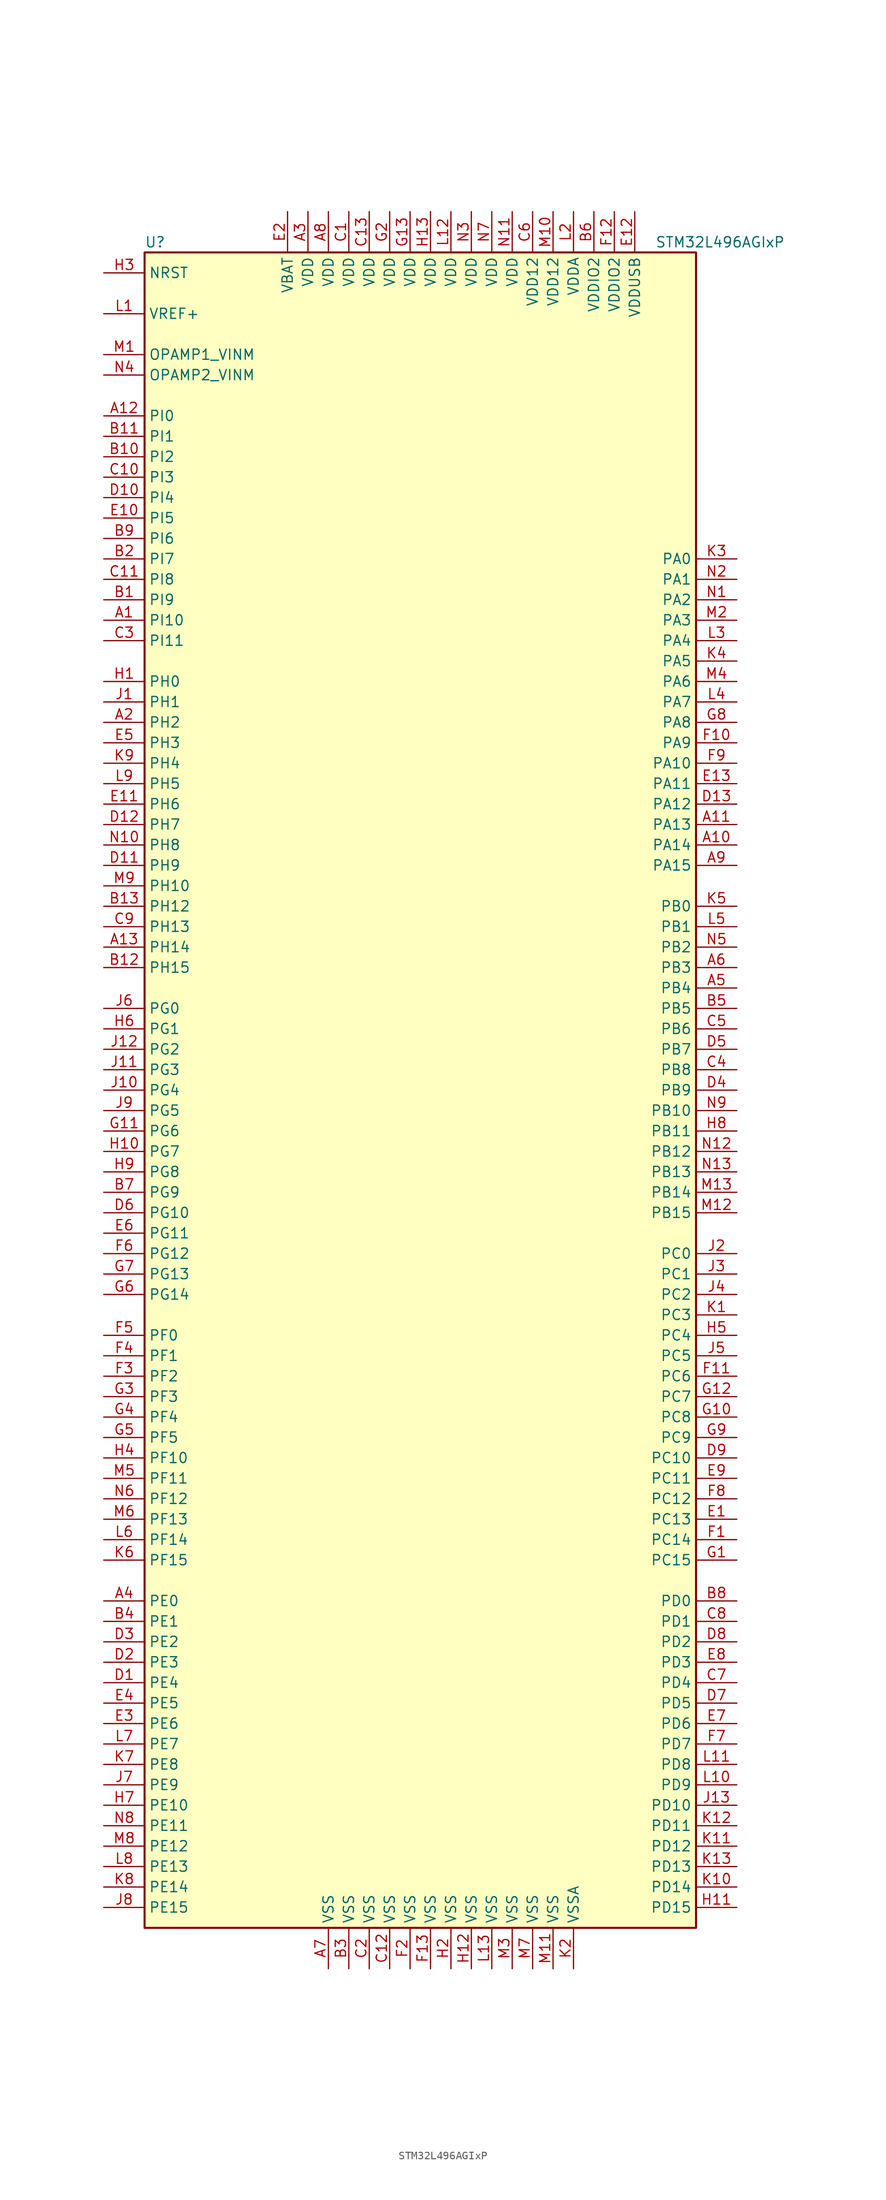
<source format=kicad_sym>
(kicad_symbol_lib
  (version 20201005)
  (generator kicad_symbol_editor)
  (symbol "MCU_ST_STM32L4:STM32L496AGIxP"
    (property "Reference" "U"
      (at -35.56 105.41 0)
      (effects (font (size 1.27 1.27)) (justify left)))
    (property "Value" "STM32L496AGIxP"
      (at 27.94 105.41 0)
      (effects (font (size 1.27 1.27)) (justify left)))
    (symbol "STM32L496AGIxP_0_1"
      (rectangle (start -35.56 -104.14) (end 33.02 104.14) (stroke (width 0.254)) (fill (type background))))
    (symbol "STM32L496AGIxP_1_1"
      (pin bidirectional line (at -40.64 58.42 0) (length 5.08) (name "PI10" (effects (font (size 1.27 1.27)))) (number "A1" (effects (font (size 1.27 1.27)))))
      (pin bidirectional line (at 38.1 30.48 180) (length 5.08) (name "PA14" (effects (font (size 1.27 1.27)))) (number "A10" (effects (font (size 1.27 1.27)))))
      (pin bidirectional line (at 38.1 33.02 180) (length 5.08) (name "PA13" (effects (font (size 1.27 1.27)))) (number "A11" (effects (font (size 1.27 1.27)))))
      (pin bidirectional line (at -40.64 83.82 0) (length 5.08) (name "PI0" (effects (font (size 1.27 1.27)))) (number "A12" (effects (font (size 1.27 1.27)))))
      (pin bidirectional line (at -40.64 17.78 0) (length 5.08) (name "PH14" (effects (font (size 1.27 1.27)))) (number "A13" (effects (font (size 1.27 1.27)))))
      (pin bidirectional line (at -40.64 45.72 0) (length 5.08) (name "PH2" (effects (font (size 1.27 1.27)))) (number "A2" (effects (font (size 1.27 1.27)))))
      (pin power_in line (at -15.24 109.22 270) (length 5.08) (name "VDD" (effects (font (size 1.27 1.27)))) (number "A3" (effects (font (size 1.27 1.27)))))
      (pin bidirectional line (at -40.64 -63.5 0) (length 5.08) (name "PE0" (effects (font (size 1.27 1.27)))) (number "A4" (effects (font (size 1.27 1.27)))))
      (pin bidirectional line (at 38.1 12.7 180) (length 5.08) (name "PB4" (effects (font (size 1.27 1.27)))) (number "A5" (effects (font (size 1.27 1.27)))))
      (pin bidirectional line (at 38.1 15.24 180) (length 5.08) (name "PB3" (effects (font (size 1.27 1.27)))) (number "A6" (effects (font (size 1.27 1.27)))))
      (pin power_in line (at -12.7 -109.22 90) (length 5.08) (name "VSS" (effects (font (size 1.27 1.27)))) (number "A7" (effects (font (size 1.27 1.27)))))
      (pin power_in line (at -12.7 109.22 270) (length 5.08) (name "VDD" (effects (font (size 1.27 1.27)))) (number "A8" (effects (font (size 1.27 1.27)))))
      (pin bidirectional line (at 38.1 27.94 180) (length 5.08) (name "PA15" (effects (font (size 1.27 1.27)))) (number "A9" (effects (font (size 1.27 1.27)))))
      (pin bidirectional line (at -40.64 60.96 0) (length 5.08) (name "PI9" (effects (font (size 1.27 1.27)))) (number "B1" (effects (font (size 1.27 1.27)))))
      (pin bidirectional line (at -40.64 78.74 0) (length 5.08) (name "PI2" (effects (font (size 1.27 1.27)))) (number "B10" (effects (font (size 1.27 1.27)))))
      (pin bidirectional line (at -40.64 81.28 0) (length 5.08) (name "PI1" (effects (font (size 1.27 1.27)))) (number "B11" (effects (font (size 1.27 1.27)))))
      (pin bidirectional line (at -40.64 15.24 0) (length 5.08) (name "PH15" (effects (font (size 1.27 1.27)))) (number "B12" (effects (font (size 1.27 1.27)))))
      (pin bidirectional line (at -40.64 22.86 0) (length 5.08) (name "PH12" (effects (font (size 1.27 1.27)))) (number "B13" (effects (font (size 1.27 1.27)))))
      (pin bidirectional line (at -40.64 66.04 0) (length 5.08) (name "PI7" (effects (font (size 1.27 1.27)))) (number "B2" (effects (font (size 1.27 1.27)))))
      (pin power_in line (at -10.16 -109.22 90) (length 5.08) (name "VSS" (effects (font (size 1.27 1.27)))) (number "B3" (effects (font (size 1.27 1.27)))))
      (pin bidirectional line (at -40.64 -66.04 0) (length 5.08) (name "PE1" (effects (font (size 1.27 1.27)))) (number "B4" (effects (font (size 1.27 1.27)))))
      (pin bidirectional line (at 38.1 10.16 180) (length 5.08) (name "PB5" (effects (font (size 1.27 1.27)))) (number "B5" (effects (font (size 1.27 1.27)))))
      (pin power_in line (at 20.32 109.22 270) (length 5.08) (name "VDDIO2" (effects (font (size 1.27 1.27)))) (number "B6" (effects (font (size 1.27 1.27)))))
      (pin bidirectional line (at -40.64 -12.7 0) (length 5.08) (name "PG9" (effects (font (size 1.27 1.27)))) (number "B7" (effects (font (size 1.27 1.27)))))
      (pin bidirectional line (at 38.1 -63.5 180) (length 5.08) (name "PD0" (effects (font (size 1.27 1.27)))) (number "B8" (effects (font (size 1.27 1.27)))))
      (pin bidirectional line (at -40.64 68.58 0) (length 5.08) (name "PI6" (effects (font (size 1.27 1.27)))) (number "B9" (effects (font (size 1.27 1.27)))))
      (pin power_in line (at -10.16 109.22 270) (length 5.08) (name "VDD" (effects (font (size 1.27 1.27)))) (number "C1" (effects (font (size 1.27 1.27)))))
      (pin bidirectional line (at -40.64 76.2 0) (length 5.08) (name "PI3" (effects (font (size 1.27 1.27)))) (number "C10" (effects (font (size 1.27 1.27)))))
      (pin bidirectional line (at -40.64 63.5 0) (length 5.08) (name "PI8" (effects (font (size 1.27 1.27)))) (number "C11" (effects (font (size 1.27 1.27)))))
      (pin power_in line (at -5.08 -109.22 90) (length 5.08) (name "VSS" (effects (font (size 1.27 1.27)))) (number "C12" (effects (font (size 1.27 1.27)))))
      (pin power_in line (at -7.62 109.22 270) (length 5.08) (name "VDD" (effects (font (size 1.27 1.27)))) (number "C13" (effects (font (size 1.27 1.27)))))
      (pin power_in line (at -7.62 -109.22 90) (length 5.08) (name "VSS" (effects (font (size 1.27 1.27)))) (number "C2" (effects (font (size 1.27 1.27)))))
      (pin bidirectional line (at -40.64 55.88 0) (length 5.08) (name "PI11" (effects (font (size 1.27 1.27)))) (number "C3" (effects (font (size 1.27 1.27)))))
      (pin bidirectional line (at 38.1 2.54 180) (length 5.08) (name "PB8" (effects (font (size 1.27 1.27)))) (number "C4" (effects (font (size 1.27 1.27)))))
      (pin bidirectional line (at 38.1 7.62 180) (length 5.08) (name "PB6" (effects (font (size 1.27 1.27)))) (number "C5" (effects (font (size 1.27 1.27)))))
      (pin power_in line (at 12.7 109.22 270) (length 5.08) (name "VDD12" (effects (font (size 1.27 1.27)))) (number "C6" (effects (font (size 1.27 1.27)))))
      (pin bidirectional line (at 38.1 -73.66 180) (length 5.08) (name "PD4" (effects (font (size 1.27 1.27)))) (number "C7" (effects (font (size 1.27 1.27)))))
      (pin bidirectional line (at 38.1 -66.04 180) (length 5.08) (name "PD1" (effects (font (size 1.27 1.27)))) (number "C8" (effects (font (size 1.27 1.27)))))
      (pin bidirectional line (at -40.64 20.32 0) (length 5.08) (name "PH13" (effects (font (size 1.27 1.27)))) (number "C9" (effects (font (size 1.27 1.27)))))
      (pin bidirectional line (at -40.64 -73.66 0) (length 5.08) (name "PE4" (effects (font (size 1.27 1.27)))) (number "D1" (effects (font (size 1.27 1.27)))))
      (pin bidirectional line (at -40.64 73.66 0) (length 5.08) (name "PI4" (effects (font (size 1.27 1.27)))) (number "D10" (effects (font (size 1.27 1.27)))))
      (pin bidirectional line (at -40.64 27.94 0) (length 5.08) (name "PH9" (effects (font (size 1.27 1.27)))) (number "D11" (effects (font (size 1.27 1.27)))))
      (pin bidirectional line (at -40.64 33.02 0) (length 5.08) (name "PH7" (effects (font (size 1.27 1.27)))) (number "D12" (effects (font (size 1.27 1.27)))))
      (pin bidirectional line (at 38.1 35.56 180) (length 5.08) (name "PA12" (effects (font (size 1.27 1.27)))) (number "D13" (effects (font (size 1.27 1.27)))))
      (pin bidirectional line (at -40.64 -71.12 0) (length 5.08) (name "PE3" (effects (font (size 1.27 1.27)))) (number "D2" (effects (font (size 1.27 1.27)))))
      (pin bidirectional line (at -40.64 -68.58 0) (length 5.08) (name "PE2" (effects (font (size 1.27 1.27)))) (number "D3" (effects (font (size 1.27 1.27)))))
      (pin bidirectional line (at 38.1 0 180) (length 5.08) (name "PB9" (effects (font (size 1.27 1.27)))) (number "D4" (effects (font (size 1.27 1.27)))))
      (pin bidirectional line (at 38.1 5.08 180) (length 5.08) (name "PB7" (effects (font (size 1.27 1.27)))) (number "D5" (effects (font (size 1.27 1.27)))))
      (pin bidirectional line (at -40.64 -15.24 0) (length 5.08) (name "PG10" (effects (font (size 1.27 1.27)))) (number "D6" (effects (font (size 1.27 1.27)))))
      (pin bidirectional line (at 38.1 -76.2 180) (length 5.08) (name "PD5" (effects (font (size 1.27 1.27)))) (number "D7" (effects (font (size 1.27 1.27)))))
      (pin bidirectional line (at 38.1 -68.58 180) (length 5.08) (name "PD2" (effects (font (size 1.27 1.27)))) (number "D8" (effects (font (size 1.27 1.27)))))
      (pin bidirectional line (at 38.1 -45.72 180) (length 5.08) (name "PC10" (effects (font (size 1.27 1.27)))) (number "D9" (effects (font (size 1.27 1.27)))))
      (pin bidirectional line (at 38.1 -53.34 180) (length 5.08) (name "PC13" (effects (font (size 1.27 1.27)))) (number "E1" (effects (font (size 1.27 1.27)))))
      (pin bidirectional line (at -40.64 71.12 0) (length 5.08) (name "PI5" (effects (font (size 1.27 1.27)))) (number "E10" (effects (font (size 1.27 1.27)))))
      (pin bidirectional line (at -40.64 35.56 0) (length 5.08) (name "PH6" (effects (font (size 1.27 1.27)))) (number "E11" (effects (font (size 1.27 1.27)))))
      (pin power_in line (at 25.4 109.22 270) (length 5.08) (name "VDDUSB" (effects (font (size 1.27 1.27)))) (number "E12" (effects (font (size 1.27 1.27)))))
      (pin bidirectional line (at 38.1 38.1 180) (length 5.08) (name "PA11" (effects (font (size 1.27 1.27)))) (number "E13" (effects (font (size 1.27 1.27)))))
      (pin power_in line (at -17.78 109.22 270) (length 5.08) (name "VBAT" (effects (font (size 1.27 1.27)))) (number "E2" (effects (font (size 1.27 1.27)))))
      (pin bidirectional line (at -40.64 -78.74 0) (length 5.08) (name "PE6" (effects (font (size 1.27 1.27)))) (number "E3" (effects (font (size 1.27 1.27)))))
      (pin bidirectional line (at -40.64 -76.2 0) (length 5.08) (name "PE5" (effects (font (size 1.27 1.27)))) (number "E4" (effects (font (size 1.27 1.27)))))
      (pin bidirectional line (at -40.64 43.18 0) (length 5.08) (name "PH3" (effects (font (size 1.27 1.27)))) (number "E5" (effects (font (size 1.27 1.27)))))
      (pin bidirectional line (at -40.64 -17.78 0) (length 5.08) (name "PG11" (effects (font (size 1.27 1.27)))) (number "E6" (effects (font (size 1.27 1.27)))))
      (pin bidirectional line (at 38.1 -78.74 180) (length 5.08) (name "PD6" (effects (font (size 1.27 1.27)))) (number "E7" (effects (font (size 1.27 1.27)))))
      (pin bidirectional line (at 38.1 -71.12 180) (length 5.08) (name "PD3" (effects (font (size 1.27 1.27)))) (number "E8" (effects (font (size 1.27 1.27)))))
      (pin bidirectional line (at 38.1 -48.26 180) (length 5.08) (name "PC11" (effects (font (size 1.27 1.27)))) (number "E9" (effects (font (size 1.27 1.27)))))
      (pin bidirectional line (at 38.1 -55.88 180) (length 5.08) (name "PC14" (effects (font (size 1.27 1.27)))) (number "F1" (effects (font (size 1.27 1.27)))))
      (pin bidirectional line (at 38.1 43.18 180) (length 5.08) (name "PA9" (effects (font (size 1.27 1.27)))) (number "F10" (effects (font (size 1.27 1.27)))))
      (pin bidirectional line (at 38.1 -35.56 180) (length 5.08) (name "PC6" (effects (font (size 1.27 1.27)))) (number "F11" (effects (font (size 1.27 1.27)))))
      (pin power_in line (at 22.86 109.22 270) (length 5.08) (name "VDDIO2" (effects (font (size 1.27 1.27)))) (number "F12" (effects (font (size 1.27 1.27)))))
      (pin power_in line (at 0 -109.22 90) (length 5.08) (name "VSS" (effects (font (size 1.27 1.27)))) (number "F13" (effects (font (size 1.27 1.27)))))
      (pin power_in line (at -2.54 -109.22 90) (length 5.08) (name "VSS" (effects (font (size 1.27 1.27)))) (number "F2" (effects (font (size 1.27 1.27)))))
      (pin bidirectional line (at -40.64 -35.56 0) (length 5.08) (name "PF2" (effects (font (size 1.27 1.27)))) (number "F3" (effects (font (size 1.27 1.27)))))
      (pin bidirectional line (at -40.64 -33.02 0) (length 5.08) (name "PF1" (effects (font (size 1.27 1.27)))) (number "F4" (effects (font (size 1.27 1.27)))))
      (pin bidirectional line (at -40.64 -30.48 0) (length 5.08) (name "PF0" (effects (font (size 1.27 1.27)))) (number "F5" (effects (font (size 1.27 1.27)))))
      (pin bidirectional line (at -40.64 -20.32 0) (length 5.08) (name "PG12" (effects (font (size 1.27 1.27)))) (number "F6" (effects (font (size 1.27 1.27)))))
      (pin bidirectional line (at 38.1 -81.28 180) (length 5.08) (name "PD7" (effects (font (size 1.27 1.27)))) (number "F7" (effects (font (size 1.27 1.27)))))
      (pin bidirectional line (at 38.1 -50.8 180) (length 5.08) (name "PC12" (effects (font (size 1.27 1.27)))) (number "F8" (effects (font (size 1.27 1.27)))))
      (pin bidirectional line (at 38.1 40.64 180) (length 5.08) (name "PA10" (effects (font (size 1.27 1.27)))) (number "F9" (effects (font (size 1.27 1.27)))))
      (pin bidirectional line (at 38.1 -58.42 180) (length 5.08) (name "PC15" (effects (font (size 1.27 1.27)))) (number "G1" (effects (font (size 1.27 1.27)))))
      (pin bidirectional line (at 38.1 -40.64 180) (length 5.08) (name "PC8" (effects (font (size 1.27 1.27)))) (number "G10" (effects (font (size 1.27 1.27)))))
      (pin bidirectional line (at -40.64 -5.08 0) (length 5.08) (name "PG6" (effects (font (size 1.27 1.27)))) (number "G11" (effects (font (size 1.27 1.27)))))
      (pin bidirectional line (at 38.1 -38.1 180) (length 5.08) (name "PC7" (effects (font (size 1.27 1.27)))) (number "G12" (effects (font (size 1.27 1.27)))))
      (pin power_in line (at -2.54 109.22 270) (length 5.08) (name "VDD" (effects (font (size 1.27 1.27)))) (number "G13" (effects (font (size 1.27 1.27)))))
      (pin power_in line (at -5.08 109.22 270) (length 5.08) (name "VDD" (effects (font (size 1.27 1.27)))) (number "G2" (effects (font (size 1.27 1.27)))))
      (pin bidirectional line (at -40.64 -38.1 0) (length 5.08) (name "PF3" (effects (font (size 1.27 1.27)))) (number "G3" (effects (font (size 1.27 1.27)))))
      (pin bidirectional line (at -40.64 -40.64 0) (length 5.08) (name "PF4" (effects (font (size 1.27 1.27)))) (number "G4" (effects (font (size 1.27 1.27)))))
      (pin bidirectional line (at -40.64 -43.18 0) (length 5.08) (name "PF5" (effects (font (size 1.27 1.27)))) (number "G5" (effects (font (size 1.27 1.27)))))
      (pin bidirectional line (at -40.64 -25.4 0) (length 5.08) (name "PG14" (effects (font (size 1.27 1.27)))) (number "G6" (effects (font (size 1.27 1.27)))))
      (pin bidirectional line (at -40.64 -22.86 0) (length 5.08) (name "PG13" (effects (font (size 1.27 1.27)))) (number "G7" (effects (font (size 1.27 1.27)))))
      (pin bidirectional line (at 38.1 45.72 180) (length 5.08) (name "PA8" (effects (font (size 1.27 1.27)))) (number "G8" (effects (font (size 1.27 1.27)))))
      (pin bidirectional line (at 38.1 -43.18 180) (length 5.08) (name "PC9" (effects (font (size 1.27 1.27)))) (number "G9" (effects (font (size 1.27 1.27)))))
      (pin input line (at -40.64 50.8 0) (length 5.08) (name "PH0" (effects (font (size 1.27 1.27)))) (number "H1" (effects (font (size 1.27 1.27)))))
      (pin bidirectional line (at -40.64 -7.62 0) (length 5.08) (name "PG7" (effects (font (size 1.27 1.27)))) (number "H10" (effects (font (size 1.27 1.27)))))
      (pin bidirectional line (at 38.1 -101.6 180) (length 5.08) (name "PD15" (effects (font (size 1.27 1.27)))) (number "H11" (effects (font (size 1.27 1.27)))))
      (pin power_in line (at 5.08 -109.22 90) (length 5.08) (name "VSS" (effects (font (size 1.27 1.27)))) (number "H12" (effects (font (size 1.27 1.27)))))
      (pin power_in line (at 0 109.22 270) (length 5.08) (name "VDD" (effects (font (size 1.27 1.27)))) (number "H13" (effects (font (size 1.27 1.27)))))
      (pin power_in line (at 2.54 -109.22 90) (length 5.08) (name "VSS" (effects (font (size 1.27 1.27)))) (number "H2" (effects (font (size 1.27 1.27)))))
      (pin input line (at -40.64 101.6 0) (length 5.08) (name "NRST" (effects (font (size 1.27 1.27)))) (number "H3" (effects (font (size 1.27 1.27)))))
      (pin bidirectional line (at -40.64 -45.72 0) (length 5.08) (name "PF10" (effects (font (size 1.27 1.27)))) (number "H4" (effects (font (size 1.27 1.27)))))
      (pin bidirectional line (at 38.1 -30.48 180) (length 5.08) (name "PC4" (effects (font (size 1.27 1.27)))) (number "H5" (effects (font (size 1.27 1.27)))))
      (pin bidirectional line (at -40.64 7.62 0) (length 5.08) (name "PG1" (effects (font (size 1.27 1.27)))) (number "H6" (effects (font (size 1.27 1.27)))))
      (pin bidirectional line (at -40.64 -88.9 0) (length 5.08) (name "PE10" (effects (font (size 1.27 1.27)))) (number "H7" (effects (font (size 1.27 1.27)))))
      (pin bidirectional line (at 38.1 -5.08 180) (length 5.08) (name "PB11" (effects (font (size 1.27 1.27)))) (number "H8" (effects (font (size 1.27 1.27)))))
      (pin bidirectional line (at -40.64 -10.16 0) (length 5.08) (name "PG8" (effects (font (size 1.27 1.27)))) (number "H9" (effects (font (size 1.27 1.27)))))
      (pin input line (at -40.64 48.26 0) (length 5.08) (name "PH1" (effects (font (size 1.27 1.27)))) (number "J1" (effects (font (size 1.27 1.27)))))
      (pin bidirectional line (at -40.64 0 0) (length 5.08) (name "PG4" (effects (font (size 1.27 1.27)))) (number "J10" (effects (font (size 1.27 1.27)))))
      (pin bidirectional line (at -40.64 2.54 0) (length 5.08) (name "PG3" (effects (font (size 1.27 1.27)))) (number "J11" (effects (font (size 1.27 1.27)))))
      (pin bidirectional line (at -40.64 5.08 0) (length 5.08) (name "PG2" (effects (font (size 1.27 1.27)))) (number "J12" (effects (font (size 1.27 1.27)))))
      (pin bidirectional line (at 38.1 -88.9 180) (length 5.08) (name "PD10" (effects (font (size 1.27 1.27)))) (number "J13" (effects (font (size 1.27 1.27)))))
      (pin bidirectional line (at 38.1 -20.32 180) (length 5.08) (name "PC0" (effects (font (size 1.27 1.27)))) (number "J2" (effects (font (size 1.27 1.27)))))
      (pin bidirectional line (at 38.1 -22.86 180) (length 5.08) (name "PC1" (effects (font (size 1.27 1.27)))) (number "J3" (effects (font (size 1.27 1.27)))))
      (pin bidirectional line (at 38.1 -25.4 180) (length 5.08) (name "PC2" (effects (font (size 1.27 1.27)))) (number "J4" (effects (font (size 1.27 1.27)))))
      (pin bidirectional line (at 38.1 -33.02 180) (length 5.08) (name "PC5" (effects (font (size 1.27 1.27)))) (number "J5" (effects (font (size 1.27 1.27)))))
      (pin bidirectional line (at -40.64 10.16 0) (length 5.08) (name "PG0" (effects (font (size 1.27 1.27)))) (number "J6" (effects (font (size 1.27 1.27)))))
      (pin bidirectional line (at -40.64 -86.36 0) (length 5.08) (name "PE9" (effects (font (size 1.27 1.27)))) (number "J7" (effects (font (size 1.27 1.27)))))
      (pin bidirectional line (at -40.64 -101.6 0) (length 5.08) (name "PE15" (effects (font (size 1.27 1.27)))) (number "J8" (effects (font (size 1.27 1.27)))))
      (pin bidirectional line (at -40.64 -2.54 0) (length 5.08) (name "PG5" (effects (font (size 1.27 1.27)))) (number "J9" (effects (font (size 1.27 1.27)))))
      (pin bidirectional line (at 38.1 -27.94 180) (length 5.08) (name "PC3" (effects (font (size 1.27 1.27)))) (number "K1" (effects (font (size 1.27 1.27)))))
      (pin bidirectional line (at 38.1 -99.06 180) (length 5.08) (name "PD14" (effects (font (size 1.27 1.27)))) (number "K10" (effects (font (size 1.27 1.27)))))
      (pin bidirectional line (at 38.1 -93.98 180) (length 5.08) (name "PD12" (effects (font (size 1.27 1.27)))) (number "K11" (effects (font (size 1.27 1.27)))))
      (pin bidirectional line (at 38.1 -91.44 180) (length 5.08) (name "PD11" (effects (font (size 1.27 1.27)))) (number "K12" (effects (font (size 1.27 1.27)))))
      (pin bidirectional line (at 38.1 -96.52 180) (length 5.08) (name "PD13" (effects (font (size 1.27 1.27)))) (number "K13" (effects (font (size 1.27 1.27)))))
      (pin power_in line (at 17.78 -109.22 90) (length 5.08) (name "VSSA" (effects (font (size 1.27 1.27)))) (number "K2" (effects (font (size 1.27 1.27)))))
      (pin bidirectional line (at 38.1 66.04 180) (length 5.08) (name "PA0" (effects (font (size 1.27 1.27)))) (number "K3" (effects (font (size 1.27 1.27)))))
      (pin bidirectional line (at 38.1 53.34 180) (length 5.08) (name "PA5" (effects (font (size 1.27 1.27)))) (number "K4" (effects (font (size 1.27 1.27)))))
      (pin bidirectional line (at 38.1 22.86 180) (length 5.08) (name "PB0" (effects (font (size 1.27 1.27)))) (number "K5" (effects (font (size 1.27 1.27)))))
      (pin bidirectional line (at -40.64 -58.42 0) (length 5.08) (name "PF15" (effects (font (size 1.27 1.27)))) (number "K6" (effects (font (size 1.27 1.27)))))
      (pin bidirectional line (at -40.64 -83.82 0) (length 5.08) (name "PE8" (effects (font (size 1.27 1.27)))) (number "K7" (effects (font (size 1.27 1.27)))))
      (pin bidirectional line (at -40.64 -99.06 0) (length 5.08) (name "PE14" (effects (font (size 1.27 1.27)))) (number "K8" (effects (font (size 1.27 1.27)))))
      (pin bidirectional line (at -40.64 40.64 0) (length 5.08) (name "PH4" (effects (font (size 1.27 1.27)))) (number "K9" (effects (font (size 1.27 1.27)))))
      (pin bidirectional line (at -40.64 96.52 0) (length 5.08) (name "VREF+" (effects (font (size 1.27 1.27)))) (number "L1" (effects (font (size 1.27 1.27)))))
      (pin bidirectional line (at 38.1 -86.36 180) (length 5.08) (name "PD9" (effects (font (size 1.27 1.27)))) (number "L10" (effects (font (size 1.27 1.27)))))
      (pin bidirectional line (at 38.1 -83.82 180) (length 5.08) (name "PD8" (effects (font (size 1.27 1.27)))) (number "L11" (effects (font (size 1.27 1.27)))))
      (pin power_in line (at 2.54 109.22 270) (length 5.08) (name "VDD" (effects (font (size 1.27 1.27)))) (number "L12" (effects (font (size 1.27 1.27)))))
      (pin power_in line (at 7.62 -109.22 90) (length 5.08) (name "VSS" (effects (font (size 1.27 1.27)))) (number "L13" (effects (font (size 1.27 1.27)))))
      (pin power_in line (at 17.78 109.22 270) (length 5.08) (name "VDDA" (effects (font (size 1.27 1.27)))) (number "L2" (effects (font (size 1.27 1.27)))))
      (pin bidirectional line (at 38.1 55.88 180) (length 5.08) (name "PA4" (effects (font (size 1.27 1.27)))) (number "L3" (effects (font (size 1.27 1.27)))))
      (pin bidirectional line (at 38.1 48.26 180) (length 5.08) (name "PA7" (effects (font (size 1.27 1.27)))) (number "L4" (effects (font (size 1.27 1.27)))))
      (pin bidirectional line (at 38.1 20.32 180) (length 5.08) (name "PB1" (effects (font (size 1.27 1.27)))) (number "L5" (effects (font (size 1.27 1.27)))))
      (pin bidirectional line (at -40.64 -55.88 0) (length 5.08) (name "PF14" (effects (font (size 1.27 1.27)))) (number "L6" (effects (font (size 1.27 1.27)))))
      (pin bidirectional line (at -40.64 -81.28 0) (length 5.08) (name "PE7" (effects (font (size 1.27 1.27)))) (number "L7" (effects (font (size 1.27 1.27)))))
      (pin bidirectional line (at -40.64 -96.52 0) (length 5.08) (name "PE13" (effects (font (size 1.27 1.27)))) (number "L8" (effects (font (size 1.27 1.27)))))
      (pin bidirectional line (at -40.64 38.1 0) (length 5.08) (name "PH5" (effects (font (size 1.27 1.27)))) (number "L9" (effects (font (size 1.27 1.27)))))
      (pin bidirectional line (at -40.64 91.44 0) (length 5.08) (name "OPAMP1_VINM" (effects (font (size 1.27 1.27)))) (number "M1" (effects (font (size 1.27 1.27)))))
      (pin power_in line (at 15.24 109.22 270) (length 5.08) (name "VDD12" (effects (font (size 1.27 1.27)))) (number "M10" (effects (font (size 1.27 1.27)))))
      (pin power_in line (at 15.24 -109.22 90) (length 5.08) (name "VSS" (effects (font (size 1.27 1.27)))) (number "M11" (effects (font (size 1.27 1.27)))))
      (pin bidirectional line (at 38.1 -15.24 180) (length 5.08) (name "PB15" (effects (font (size 1.27 1.27)))) (number "M12" (effects (font (size 1.27 1.27)))))
      (pin bidirectional line (at 38.1 -12.7 180) (length 5.08) (name "PB14" (effects (font (size 1.27 1.27)))) (number "M13" (effects (font (size 1.27 1.27)))))
      (pin bidirectional line (at 38.1 58.42 180) (length 5.08) (name "PA3" (effects (font (size 1.27 1.27)))) (number "M2" (effects (font (size 1.27 1.27)))))
      (pin power_in line (at 10.16 -109.22 90) (length 5.08) (name "VSS" (effects (font (size 1.27 1.27)))) (number "M3" (effects (font (size 1.27 1.27)))))
      (pin bidirectional line (at 38.1 50.8 180) (length 5.08) (name "PA6" (effects (font (size 1.27 1.27)))) (number "M4" (effects (font (size 1.27 1.27)))))
      (pin bidirectional line (at -40.64 -48.26 0) (length 5.08) (name "PF11" (effects (font (size 1.27 1.27)))) (number "M5" (effects (font (size 1.27 1.27)))))
      (pin bidirectional line (at -40.64 -53.34 0) (length 5.08) (name "PF13" (effects (font (size 1.27 1.27)))) (number "M6" (effects (font (size 1.27 1.27)))))
      (pin power_in line (at 12.7 -109.22 90) (length 5.08) (name "VSS" (effects (font (size 1.27 1.27)))) (number "M7" (effects (font (size 1.27 1.27)))))
      (pin bidirectional line (at -40.64 -93.98 0) (length 5.08) (name "PE12" (effects (font (size 1.27 1.27)))) (number "M8" (effects (font (size 1.27 1.27)))))
      (pin bidirectional line (at -40.64 25.4 0) (length 5.08) (name "PH10" (effects (font (size 1.27 1.27)))) (number "M9" (effects (font (size 1.27 1.27)))))
      (pin bidirectional line (at 38.1 60.96 180) (length 5.08) (name "PA2" (effects (font (size 1.27 1.27)))) (number "N1" (effects (font (size 1.27 1.27)))))
      (pin bidirectional line (at -40.64 30.48 0) (length 5.08) (name "PH8" (effects (font (size 1.27 1.27)))) (number "N10" (effects (font (size 1.27 1.27)))))
      (pin power_in line (at 10.16 109.22 270) (length 5.08) (name "VDD" (effects (font (size 1.27 1.27)))) (number "N11" (effects (font (size 1.27 1.27)))))
      (pin bidirectional line (at 38.1 -7.62 180) (length 5.08) (name "PB12" (effects (font (size 1.27 1.27)))) (number "N12" (effects (font (size 1.27 1.27)))))
      (pin bidirectional line (at 38.1 -10.16 180) (length 5.08) (name "PB13" (effects (font (size 1.27 1.27)))) (number "N13" (effects (font (size 1.27 1.27)))))
      (pin bidirectional line (at 38.1 63.5 180) (length 5.08) (name "PA1" (effects (font (size 1.27 1.27)))) (number "N2" (effects (font (size 1.27 1.27)))))
      (pin power_in line (at 5.08 109.22 270) (length 5.08) (name "VDD" (effects (font (size 1.27 1.27)))) (number "N3" (effects (font (size 1.27 1.27)))))
      (pin bidirectional line (at -40.64 88.9 0) (length 5.08) (name "OPAMP2_VINM" (effects (font (size 1.27 1.27)))) (number "N4" (effects (font (size 1.27 1.27)))))
      (pin bidirectional line (at 38.1 17.78 180) (length 5.08) (name "PB2" (effects (font (size 1.27 1.27)))) (number "N5" (effects (font (size 1.27 1.27)))))
      (pin bidirectional line (at -40.64 -50.8 0) (length 5.08) (name "PF12" (effects (font (size 1.27 1.27)))) (number "N6" (effects (font (size 1.27 1.27)))))
      (pin power_in line (at 7.62 109.22 270) (length 5.08) (name "VDD" (effects (font (size 1.27 1.27)))) (number "N7" (effects (font (size 1.27 1.27)))))
      (pin bidirectional line (at -40.64 -91.44 0) (length 5.08) (name "PE11" (effects (font (size 1.27 1.27)))) (number "N8" (effects (font (size 1.27 1.27)))))
      (pin bidirectional line (at 38.1 -2.54 180) (length 5.08) (name "PB10" (effects (font (size 1.27 1.27)))) (number "N9" (effects (font (size 1.27 1.27))))))))
</source>
